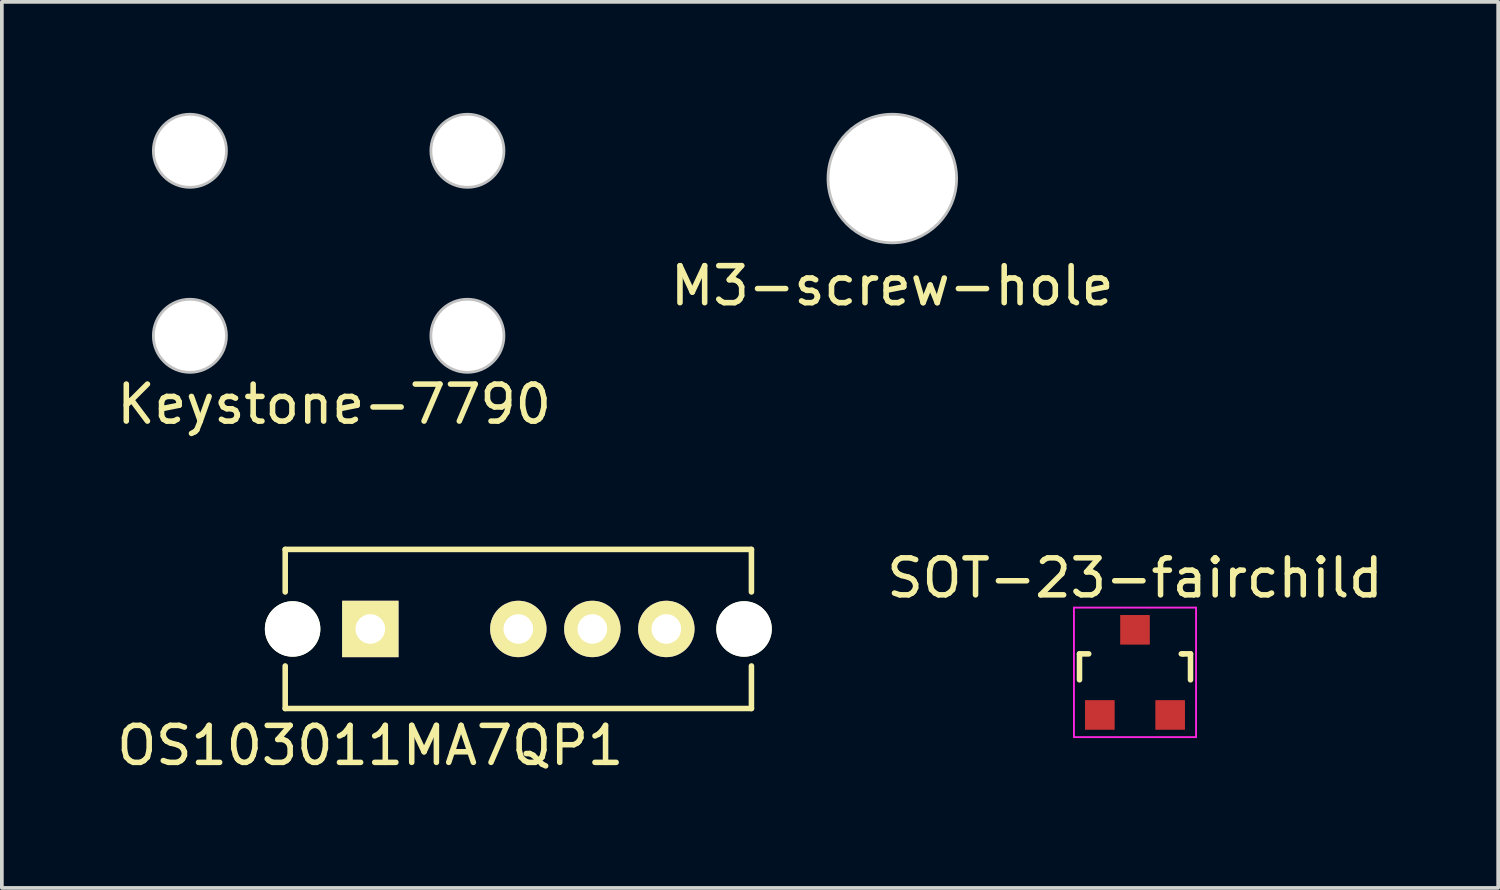
<source format=kicad_pcb>
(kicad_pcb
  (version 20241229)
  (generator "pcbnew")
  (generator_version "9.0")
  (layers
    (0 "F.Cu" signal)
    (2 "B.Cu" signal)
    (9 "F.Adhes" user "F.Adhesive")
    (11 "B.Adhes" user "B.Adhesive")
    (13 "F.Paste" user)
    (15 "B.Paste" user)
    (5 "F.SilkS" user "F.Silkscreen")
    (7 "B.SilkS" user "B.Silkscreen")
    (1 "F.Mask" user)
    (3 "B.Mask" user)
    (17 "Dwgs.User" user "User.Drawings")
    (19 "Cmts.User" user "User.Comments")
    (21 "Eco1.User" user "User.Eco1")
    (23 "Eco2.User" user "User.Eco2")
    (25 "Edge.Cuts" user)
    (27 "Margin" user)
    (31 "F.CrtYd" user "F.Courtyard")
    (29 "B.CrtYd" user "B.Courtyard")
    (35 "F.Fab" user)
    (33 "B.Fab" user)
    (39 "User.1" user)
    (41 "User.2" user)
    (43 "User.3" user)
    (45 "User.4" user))
  (footprint "Keystone-7790"
    (layer "F.Cu")
    (at 2.082 1.025)
    (property "Reference" "Keystone-7790" (at 3.9 6.85 0) (layer "F.SilkS") (effects (font (size 1 1) (thickness 0.15))))
    (attr through_hole)
    (fp_circle (center 0 0) (end 0.95 0) (stroke (width 0.15) (type solid)) (fill no) (layer "Dwgs.User"))
    (fp_circle (center 0 5) (end 0.95 5) (stroke (width 0.15) (type solid)) (fill no) (layer "Dwgs.User"))
    (fp_circle (center 7.5 0) (end 8.45 0) (stroke (width 0.15) (type solid)) (fill no) (layer "Dwgs.User"))
    (fp_circle (center 7.5 5) (end 8.45 5) (stroke (width 0.15) (type solid)) (fill no) (layer "Dwgs.User"))
    (pad "1" thru_hole circle (at 0 0) (size 1.9 1.9) (drill 1.9) (layers "*.Cu" "*.Mask" "F.SilkS"))
    (pad "2" thru_hole circle (at 7.5 0) (size 1.9 1.9) (drill 1.9) (layers "*.Cu" "*.Mask" "F.SilkS"))
    (pad "3" thru_hole circle (at 0 5) (size 1.9 1.9) (drill 1.9) (layers "*.Cu" "*.Mask" "F.SilkS"))
    (pad "4" thru_hole circle (at 7.5 5) (size 1.9 1.9) (drill 1.9) (layers "*.Cu" "*.Mask" "F.SilkS")))
  (footprint "OS103011MA7QP1"
    (layer "F.Cu")
    (at 6.958 13.948)
    (property "Reference" "OS103011MA7QP1" (at 0 3.15 0) (layer "F.SilkS") (effects (font (size 1 1) (thickness 0.15))))
    (attr through_hole)
    (fp_line (start -2.3 -2.15) (end -2.3 -1) (stroke (width 0.15) (type solid)) (layer "F.SilkS"))
    (fp_line (start -2.3 -2.15) (end 10.3 -2.15) (stroke (width 0.15) (type solid)) (layer "F.SilkS"))
    (fp_line (start -2.3 1) (end -2.3 2.15) (stroke (width 0.15) (type solid)) (layer "F.SilkS"))
    (fp_line (start -2.3 2.15) (end 10.3 2.15) (stroke (width 0.15) (type solid)) (layer "F.SilkS"))
    (fp_line (start 10.3 -2.15) (end 10.3 -1) (stroke (width 0.15) (type solid)) (layer "F.SilkS"))
    (fp_line (start 10.3 1) (end 10.3 2.15) (stroke (width 0.15) (type solid)) (layer "F.SilkS"))
    (pad "" np_thru_hole circle (at -2.1 0) (size 1.5 1.5) (drill 1.5) (layers "*.Cu" "*.Mask" "F.SilkS"))
    (pad "" np_thru_hole circle (at 10.1 0) (size 1.5 1.5) (drill 1.5) (layers "*.Cu" "*.Mask" "F.SilkS"))
    (pad "1" thru_hole rect (at 0 0) (size 1.524 1.524) (drill 0.8) (layers "*.Cu" "*.Mask" "F.SilkS"))
    (pad "2" thru_hole circle (at 4 0) (size 1.524 1.524) (drill 0.8) (layers "*.Cu" "*.Mask" "F.SilkS"))
    (pad "3" thru_hole circle (at 6 0) (size 1.524 1.524) (drill 0.8) (layers "*.Cu" "*.Mask" "F.SilkS"))
    (pad "4" thru_hole circle (at 8 0) (size 1.524 1.524) (drill 0.8) (layers "*.Cu" "*.Mask" "F.SilkS")))
  (footprint "M3-screw-hole"
    (layer "F.Cu")
    (at 21.065 1.775)
    (property "Reference" "M3-screw-hole" (at 0 2.9 0) (layer "F.SilkS") (effects (font (size 1 1) (thickness 0.15))))
    (attr through_hole)
    (fp_circle (center 0 0) (end 1.7 0) (stroke (width 0.15) (type solid)) (fill no) (layer "Dwgs.User"))
    (pad "1" thru_hole circle (at 0 0) (size 3.4 3.4) (drill 3.4) (layers "*.Cu" "*.Mask" "F.SilkS")))
  (footprint "SOT-23-fairchild"
    (layer "F.Cu")
    (at 27.624 15.271)
    (property "Reference" "SOT-23-fairchild" (at 0 -2.7 0) (layer "F.SilkS") (effects (font (size 1 1) (thickness 0.15))))
    (attr smd)
    (fp_line (start -1.5 -0.65) (end -1.251 -0.65) (stroke (width 0.15) (type solid)) (layer "F.SilkS"))
    (fp_line (start -1.5 0.051) (end -1.5 -0.65) (stroke (width 0.15) (type solid)) (layer "F.SilkS"))
    (fp_line (start 1.299 -0.65) (end 1.251 -0.65) (stroke (width 0.15) (type solid)) (layer "F.SilkS"))
    (fp_line (start 1.299 -0.65) (end 1.5 -0.65) (stroke (width 0.15) (type solid)) (layer "F.SilkS"))
    (fp_line (start 1.5 -0.65) (end 1.5 0.051) (stroke (width 0.15) (type solid)) (layer "F.SilkS"))
    (fp_line (start -1.65 -1.9) (end 1.65 -1.9) (stroke (width 0.05) (type solid)) (layer "F.CrtYd"))
    (fp_line (start -1.65 1.6) (end -1.65 -1.9) (stroke (width 0.05) (type solid)) (layer "F.CrtYd"))
    (fp_line (start 1.65 -1.9) (end 1.65 1.6) (stroke (width 0.05) (type solid)) (layer "F.CrtYd"))
    (fp_line (start 1.65 1.6) (end -1.65 1.6) (stroke (width 0.05) (type solid)) (layer "F.CrtYd"))
    (pad "1" smd rect (at -0.95 1.001) (size 0.8 0.8) (layers "F.Cu" "F.Mask" "F.Paste"))
    (pad "2" smd rect (at 0.95 1.001) (size 0.8 0.8) (layers "F.Cu" "F.Mask" "F.Paste"))
    (pad "3" smd rect (at 0 -1.3) (size 0.8 0.8) (layers "F.Cu" "F.Mask" "F.Paste")))
  (gr_rect
    (start -3 -3)
    (end 37.439 20.947)
    (stroke (width 0.1) (type default))
    (fill no)
    (layer "Edge.Cuts")))
</source>
